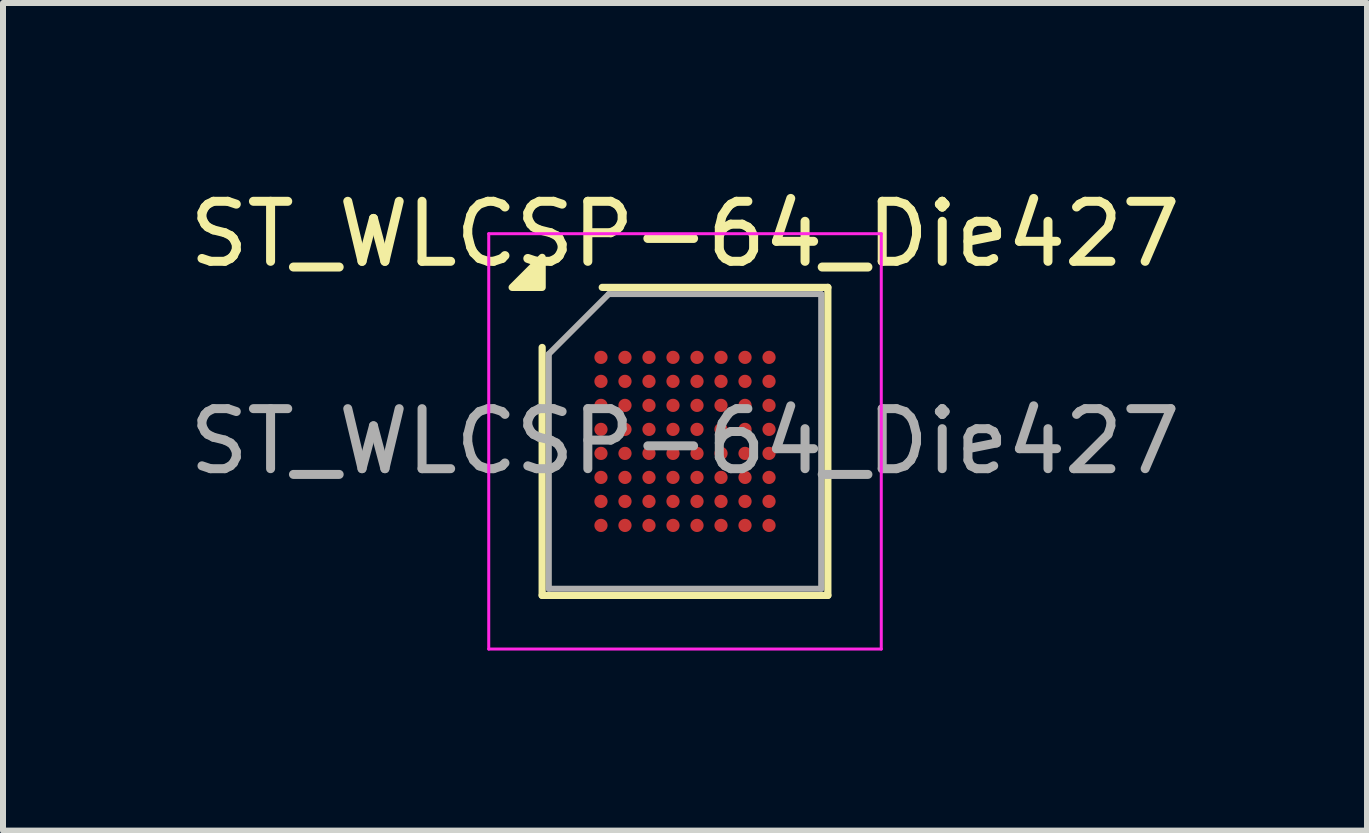
<source format=kicad_pcb>
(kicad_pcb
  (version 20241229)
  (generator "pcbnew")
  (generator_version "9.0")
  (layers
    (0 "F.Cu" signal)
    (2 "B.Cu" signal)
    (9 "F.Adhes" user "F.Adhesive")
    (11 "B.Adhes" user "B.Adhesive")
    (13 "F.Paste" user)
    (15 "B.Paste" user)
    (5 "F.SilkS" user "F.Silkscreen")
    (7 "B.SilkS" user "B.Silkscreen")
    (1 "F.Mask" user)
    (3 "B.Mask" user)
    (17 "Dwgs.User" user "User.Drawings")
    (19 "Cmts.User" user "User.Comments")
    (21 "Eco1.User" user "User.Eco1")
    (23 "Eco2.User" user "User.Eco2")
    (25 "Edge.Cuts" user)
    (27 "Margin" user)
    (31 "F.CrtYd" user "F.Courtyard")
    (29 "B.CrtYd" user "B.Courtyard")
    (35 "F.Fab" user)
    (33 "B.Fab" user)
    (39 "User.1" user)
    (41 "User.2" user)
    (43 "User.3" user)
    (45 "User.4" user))
  (footprint "ST_WLCSP-64_Die427"
    (layer "F.Cu")
    (at 8.363 4.304)
    (property "Reference" "ST_WLCSP-64_Die427" (at 0 -3.455 0) (layer "F.SilkS") (effects (font (size 1 1) (thickness 0.15))))
    (attr smd)
    (fp_line (start -2.38 2.566) (end -2.38 -1.565) (stroke (width 0.12) (type solid)) (layer "F.SilkS"))
    (fp_line (start -1.379 -2.566) (end 2.38 -2.566) (stroke (width 0.12) (type solid)) (layer "F.SilkS"))
    (fp_line (start 2.38 -2.566) (end 2.38 2.566) (stroke (width 0.12) (type solid)) (layer "F.SilkS"))
    (fp_line (start 2.38 2.566) (end -2.38 2.566) (stroke (width 0.12) (type solid)) (layer "F.SilkS"))
    (fp_poly (pts (xy -2.38 -2.566) (xy -2.88 -2.566) (xy -2.38 -3.066) (xy -2.38 -2.566)) (stroke (width 0.12) (type solid)) (fill yes) (layer "F.SilkS"))
    (fp_line (start -3.27 -3.46) (end -3.27 3.46) (stroke (width 0.05) (type solid)) (layer "F.CrtYd"))
    (fp_line (start -3.27 3.46) (end 3.27 3.46) (stroke (width 0.05) (type solid)) (layer "F.CrtYd"))
    (fp_line (start 3.27 -3.46) (end -3.27 -3.46) (stroke (width 0.05) (type solid)) (layer "F.CrtYd"))
    (fp_line (start 3.27 3.46) (end 3.27 -3.46) (stroke (width 0.05) (type solid)) (layer "F.CrtYd"))
    (fp_line (start -2.269 -1.456) (end -1.27 -2.455) (stroke (width 0.1) (type solid)) (layer "F.Fab"))
    (fp_line (start -2.269 2.455) (end -2.269 -1.456) (stroke (width 0.1) (type solid)) (layer "F.Fab"))
    (fp_line (start -1.27 -2.455) (end 2.269 -2.455) (stroke (width 0.1) (type solid)) (layer "F.Fab"))
    (fp_line (start 2.269 -2.455) (end 2.269 2.455) (stroke (width 0.1) (type solid)) (layer "F.Fab"))
    (fp_line (start 2.269 2.455) (end -2.269 2.455) (stroke (width 0.1) (type solid)) (layer "F.Fab"))
    (fp_text user "${REFERENCE}" (at 0 0 0) (layer "F.Fab") (effects (font (size 1 1) (thickness 0.15))))
    (pad "A1" smd circle (at -1.4 -1.4) (size 0.22 0.22) (property pad_prop_bga) (layers "F.Cu" "F.Mask" "F.Paste"))
    (pad "A2" smd circle (at -1 -1.4) (size 0.22 0.22) (property pad_prop_bga) (layers "F.Cu" "F.Mask" "F.Paste"))
    (pad "A3" smd circle (at -0.6 -1.4) (size 0.22 0.22) (property pad_prop_bga) (layers "F.Cu" "F.Mask" "F.Paste"))
    (pad "A4" smd circle (at -0.2 -1.4) (size 0.22 0.22) (property pad_prop_bga) (layers "F.Cu" "F.Mask" "F.Paste"))
    (pad "A5" smd circle (at 0.2 -1.4) (size 0.22 0.22) (property pad_prop_bga) (layers "F.Cu" "F.Mask" "F.Paste"))
    (pad "A6" smd circle (at 0.6 -1.4) (size 0.22 0.22) (property pad_prop_bga) (layers "F.Cu" "F.Mask" "F.Paste"))
    (pad "A7" smd circle (at 1 -1.4) (size 0.22 0.22) (property pad_prop_bga) (layers "F.Cu" "F.Mask" "F.Paste"))
    (pad "A8" smd circle (at 1.4 -1.4) (size 0.22 0.22) (property pad_prop_bga) (layers "F.Cu" "F.Mask" "F.Paste"))
    (pad "B1" smd circle (at -1.4 -1) (size 0.22 0.22) (property pad_prop_bga) (layers "F.Cu" "F.Mask" "F.Paste"))
    (pad "B2" smd circle (at -1 -1) (size 0.22 0.22) (property pad_prop_bga) (layers "F.Cu" "F.Mask" "F.Paste"))
    (pad "B3" smd circle (at -0.6 -1) (size 0.22 0.22) (property pad_prop_bga) (layers "F.Cu" "F.Mask" "F.Paste"))
    (pad "B4" smd circle (at -0.2 -1) (size 0.22 0.22) (property pad_prop_bga) (layers "F.Cu" "F.Mask" "F.Paste"))
    (pad "B5" smd circle (at 0.2 -1) (size 0.22 0.22) (property pad_prop_bga) (layers "F.Cu" "F.Mask" "F.Paste"))
    (pad "B6" smd circle (at 0.6 -1) (size 0.22 0.22) (property pad_prop_bga) (layers "F.Cu" "F.Mask" "F.Paste"))
    (pad "B7" smd circle (at 1 -1) (size 0.22 0.22) (property pad_prop_bga) (layers "F.Cu" "F.Mask" "F.Paste"))
    (pad "B8" smd circle (at 1.4 -1) (size 0.22 0.22) (property pad_prop_bga) (layers "F.Cu" "F.Mask" "F.Paste"))
    (pad "C1" smd circle (at -1.4 -0.6) (size 0.22 0.22) (property pad_prop_bga) (layers "F.Cu" "F.Mask" "F.Paste"))
    (pad "C2" smd circle (at -1 -0.6) (size 0.22 0.22) (property pad_prop_bga) (layers "F.Cu" "F.Mask" "F.Paste"))
    (pad "C3" smd circle (at -0.6 -0.6) (size 0.22 0.22) (property pad_prop_bga) (layers "F.Cu" "F.Mask" "F.Paste"))
    (pad "C4" smd circle (at -0.2 -0.6) (size 0.22 0.22) (property pad_prop_bga) (layers "F.Cu" "F.Mask" "F.Paste"))
    (pad "C5" smd circle (at 0.2 -0.6) (size 0.22 0.22) (property pad_prop_bga) (layers "F.Cu" "F.Mask" "F.Paste"))
    (pad "C6" smd circle (at 0.6 -0.6) (size 0.22 0.22) (property pad_prop_bga) (layers "F.Cu" "F.Mask" "F.Paste"))
    (pad "C7" smd circle (at 1 -0.6) (size 0.22 0.22) (property pad_prop_bga) (layers "F.Cu" "F.Mask" "F.Paste"))
    (pad "C8" smd circle (at 1.4 -0.6) (size 0.22 0.22) (property pad_prop_bga) (layers "F.Cu" "F.Mask" "F.Paste"))
    (pad "D1" smd circle (at -1.4 -0.2) (size 0.22 0.22) (property pad_prop_bga) (layers "F.Cu" "F.Mask" "F.Paste"))
    (pad "D2" smd circle (at -1 -0.2) (size 0.22 0.22) (property pad_prop_bga) (layers "F.Cu" "F.Mask" "F.Paste"))
    (pad "D3" smd circle (at -0.6 -0.2) (size 0.22 0.22) (property pad_prop_bga) (layers "F.Cu" "F.Mask" "F.Paste"))
    (pad "D4" smd circle (at -0.2 -0.2) (size 0.22 0.22) (property pad_prop_bga) (layers "F.Cu" "F.Mask" "F.Paste"))
    (pad "D5" smd circle (at 0.2 -0.2) (size 0.22 0.22) (property pad_prop_bga) (layers "F.Cu" "F.Mask" "F.Paste"))
    (pad "D6" smd circle (at 0.6 -0.2) (size 0.22 0.22) (property pad_prop_bga) (layers "F.Cu" "F.Mask" "F.Paste"))
    (pad "D7" smd circle (at 1 -0.2) (size 0.22 0.22) (property pad_prop_bga) (layers "F.Cu" "F.Mask" "F.Paste"))
    (pad "D8" smd circle (at 1.4 -0.2) (size 0.22 0.22) (property pad_prop_bga) (layers "F.Cu" "F.Mask" "F.Paste"))
    (pad "E1" smd circle (at -1.4 0.2) (size 0.22 0.22) (property pad_prop_bga) (layers "F.Cu" "F.Mask" "F.Paste"))
    (pad "E2" smd circle (at -1 0.2) (size 0.22 0.22) (property pad_prop_bga) (layers "F.Cu" "F.Mask" "F.Paste"))
    (pad "E3" smd circle (at -0.6 0.2) (size 0.22 0.22) (property pad_prop_bga) (layers "F.Cu" "F.Mask" "F.Paste"))
    (pad "E4" smd circle (at -0.2 0.2) (size 0.22 0.22) (property pad_prop_bga) (layers "F.Cu" "F.Mask" "F.Paste"))
    (pad "E5" smd circle (at 0.2 0.2) (size 0.22 0.22) (property pad_prop_bga) (layers "F.Cu" "F.Mask" "F.Paste"))
    (pad "E6" smd circle (at 0.6 0.2) (size 0.22 0.22) (property pad_prop_bga) (layers "F.Cu" "F.Mask" "F.Paste"))
    (pad "E7" smd circle (at 1 0.2) (size 0.22 0.22) (property pad_prop_bga) (layers "F.Cu" "F.Mask" "F.Paste"))
    (pad "E8" smd circle (at 1.4 0.2) (size 0.22 0.22) (property pad_prop_bga) (layers "F.Cu" "F.Mask" "F.Paste"))
    (pad "F1" smd circle (at -1.4 0.6) (size 0.22 0.22) (property pad_prop_bga) (layers "F.Cu" "F.Mask" "F.Paste"))
    (pad "F2" smd circle (at -1 0.6) (size 0.22 0.22) (property pad_prop_bga) (layers "F.Cu" "F.Mask" "F.Paste"))
    (pad "F3" smd circle (at -0.6 0.6) (size 0.22 0.22) (property pad_prop_bga) (layers "F.Cu" "F.Mask" "F.Paste"))
    (pad "F4" smd circle (at -0.2 0.6) (size 0.22 0.22) (property pad_prop_bga) (layers "F.Cu" "F.Mask" "F.Paste"))
    (pad "F5" smd circle (at 0.2 0.6) (size 0.22 0.22) (property pad_prop_bga) (layers "F.Cu" "F.Mask" "F.Paste"))
    (pad "F6" smd circle (at 0.6 0.6) (size 0.22 0.22) (property pad_prop_bga) (layers "F.Cu" "F.Mask" "F.Paste"))
    (pad "F7" smd circle (at 1 0.6) (size 0.22 0.22) (property pad_prop_bga) (layers "F.Cu" "F.Mask" "F.Paste"))
    (pad "F8" smd circle (at 1.4 0.6) (size 0.22 0.22) (property pad_prop_bga) (layers "F.Cu" "F.Mask" "F.Paste"))
    (pad "G1" smd circle (at -1.4 1) (size 0.22 0.22) (property pad_prop_bga) (layers "F.Cu" "F.Mask" "F.Paste"))
    (pad "G2" smd circle (at -1 1) (size 0.22 0.22) (property pad_prop_bga) (layers "F.Cu" "F.Mask" "F.Paste"))
    (pad "G3" smd circle (at -0.6 1) (size 0.22 0.22) (property pad_prop_bga) (layers "F.Cu" "F.Mask" "F.Paste"))
    (pad "G4" smd circle (at -0.2 1) (size 0.22 0.22) (property pad_prop_bga) (layers "F.Cu" "F.Mask" "F.Paste"))
    (pad "G5" smd circle (at 0.2 1) (size 0.22 0.22) (property pad_prop_bga) (layers "F.Cu" "F.Mask" "F.Paste"))
    (pad "G6" smd circle (at 0.6 1) (size 0.22 0.22) (property pad_prop_bga) (layers "F.Cu" "F.Mask" "F.Paste"))
    (pad "G7" smd circle (at 1 1) (size 0.22 0.22) (property pad_prop_bga) (layers "F.Cu" "F.Mask" "F.Paste"))
    (pad "G8" smd circle (at 1.4 1) (size 0.22 0.22) (property pad_prop_bga) (layers "F.Cu" "F.Mask" "F.Paste"))
    (pad "H1" smd circle (at -1.4 1.4) (size 0.22 0.22) (property pad_prop_bga) (layers "F.Cu" "F.Mask" "F.Paste"))
    (pad "H2" smd circle (at -1 1.4) (size 0.22 0.22) (property pad_prop_bga) (layers "F.Cu" "F.Mask" "F.Paste"))
    (pad "H3" smd circle (at -0.6 1.4) (size 0.22 0.22) (property pad_prop_bga) (layers "F.Cu" "F.Mask" "F.Paste"))
    (pad "H4" smd circle (at -0.2 1.4) (size 0.22 0.22) (property pad_prop_bga) (layers "F.Cu" "F.Mask" "F.Paste"))
    (pad "H5" smd circle (at 0.2 1.4) (size 0.22 0.22) (property pad_prop_bga) (layers "F.Cu" "F.Mask" "F.Paste"))
    (pad "H6" smd circle (at 0.6 1.4) (size 0.22 0.22) (property pad_prop_bga) (layers "F.Cu" "F.Mask" "F.Paste"))
    (pad "H7" smd circle (at 1 1.4) (size 0.22 0.22) (property pad_prop_bga) (layers "F.Cu" "F.Mask" "F.Paste"))
    (pad "H8" smd circle (at 1.4 1.4) (size 0.22 0.22) (property pad_prop_bga) (layers "F.Cu" "F.Mask" "F.Paste")))
  (gr_rect
    (start -3 -3)
    (end 19.726 10.789)
    (stroke (width 0.1) (type default))
    (fill no)
    (layer "Edge.Cuts")))
</source>
